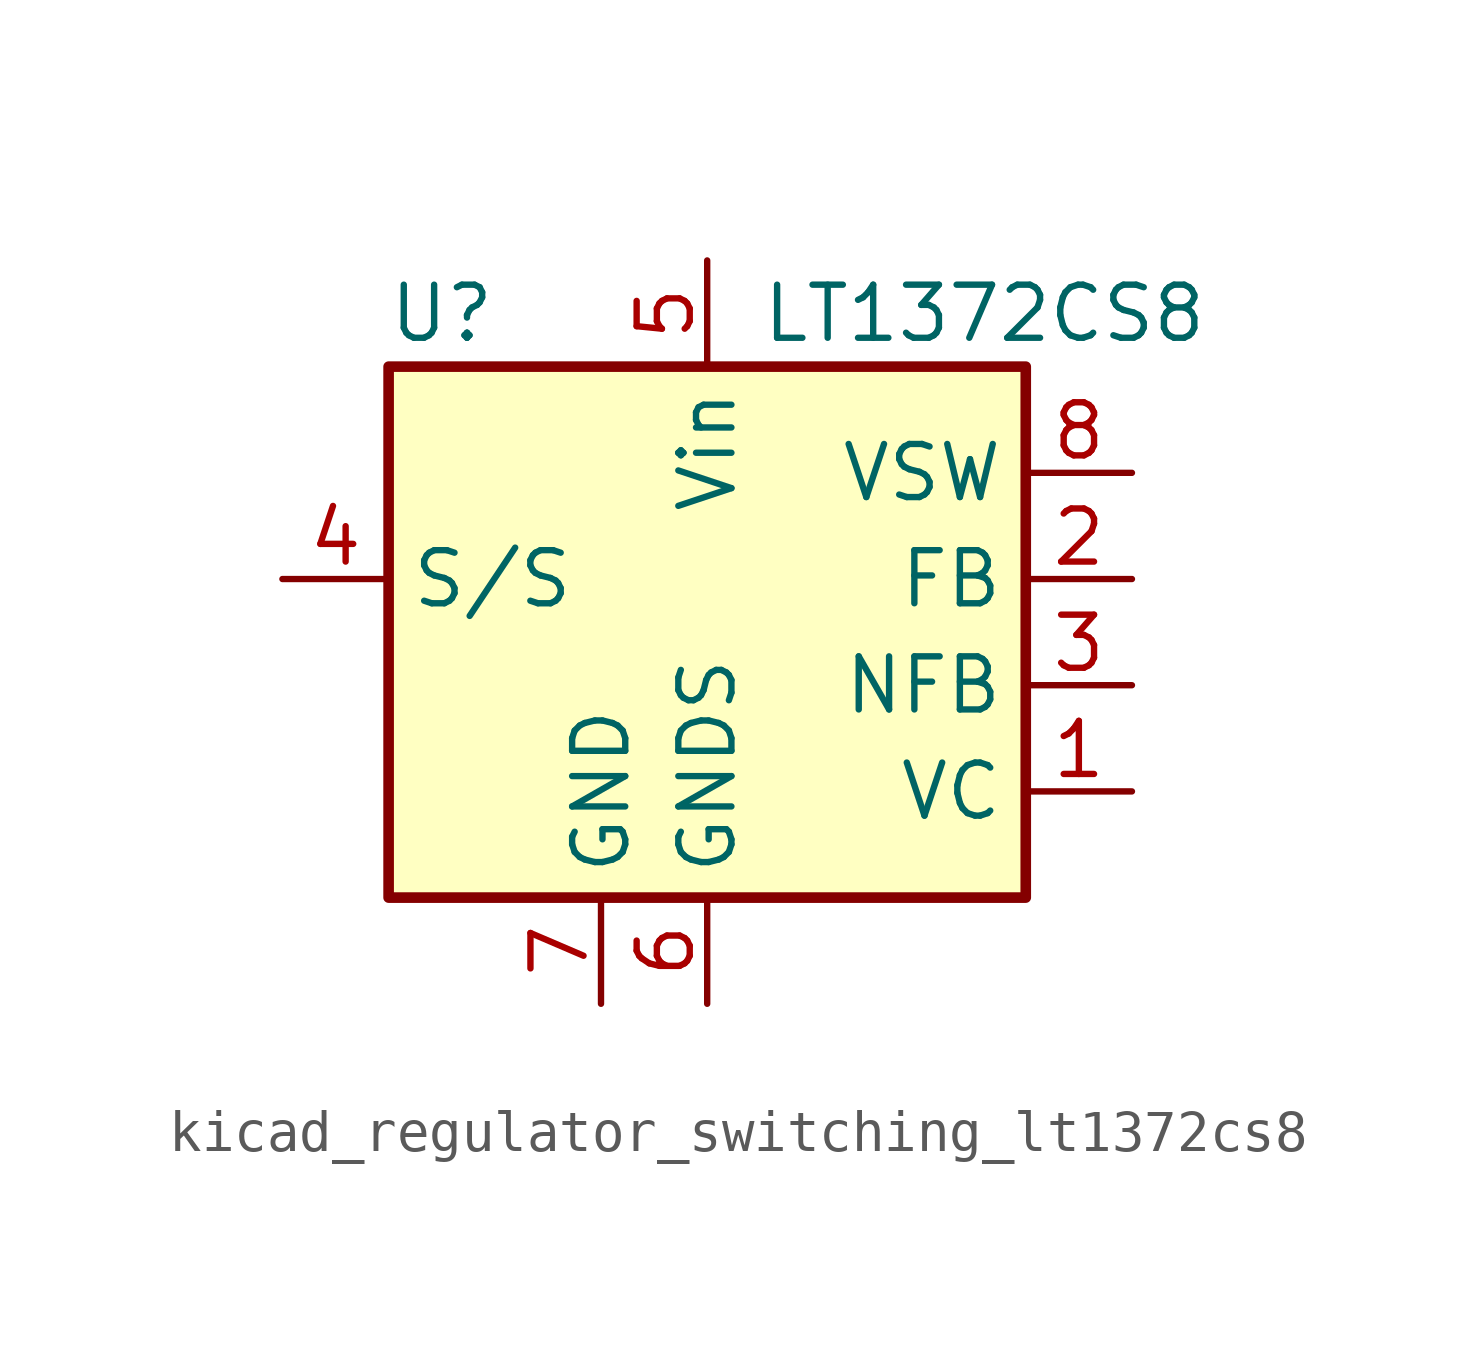
<source format=kicad_sym>
(kicad_symbol_lib
  (version 20220914)
  (generator kicad_symbol_editor)
  (symbol "kicad_regulator_switching_lt1372cs8"
    (property "Reference" "U"
      (at -6.35 8.89 0)
      (effects (font (size 1.27 1.27))))
    (property "Value" "LT1372CS8"
      (at 1.27 8.89 0)
      (effects (font (size 1.27 1.27)) (justify left)))
    (symbol "kicad_regulator_switching_lt1372cs8_0_1"
      (rectangle (start -7.62 7.62) (end 7.62 -5.08) (stroke (width 0.254) (type default)) (fill (type background))))
    (symbol "kicad_regulator_switching_lt1372cs8_1_1"
      (pin passive line (at 10.16 -2.54 180) (length 2.54) (name "VC" (effects (font (size 1.27 1.27)))) (number "1" (effects (font (size 1.27 1.27)))))
      (pin passive line (at 10.16 2.54 180) (length 2.54) (name "FB" (effects (font (size 1.27 1.27)))) (number "2" (effects (font (size 1.27 1.27)))))
      (pin input line (at 10.16 0 180) (length 2.54) (name "NFB" (effects (font (size 1.27 1.27)))) (number "3" (effects (font (size 1.27 1.27)))))
      (pin input line (at -10.16 2.54 0) (length 2.54) (name "S/S" (effects (font (size 1.27 1.27)))) (number "4" (effects (font (size 1.27 1.27)))))
      (pin power_in line (at 0 10.16 270) (length 2.54) (name "Vin" (effects (font (size 1.27 1.27)))) (number "5" (effects (font (size 1.27 1.27)))))
      (pin power_in line (at 0 -7.62 90) (length 2.54) (name "GNDS" (effects (font (size 1.27 1.27)))) (number "6" (effects (font (size 1.27 1.27)))))
      (pin power_in line (at -2.54 -7.62 90) (length 2.54) (name "GND" (effects (font (size 1.27 1.27)))) (number "7" (effects (font (size 1.27 1.27)))))
      (pin output line (at 10.16 5.08 180) (length 2.54) (name "VSW" (effects (font (size 1.27 1.27)))) (number "8" (effects (font (size 1.27 1.27))))))))
</source>
